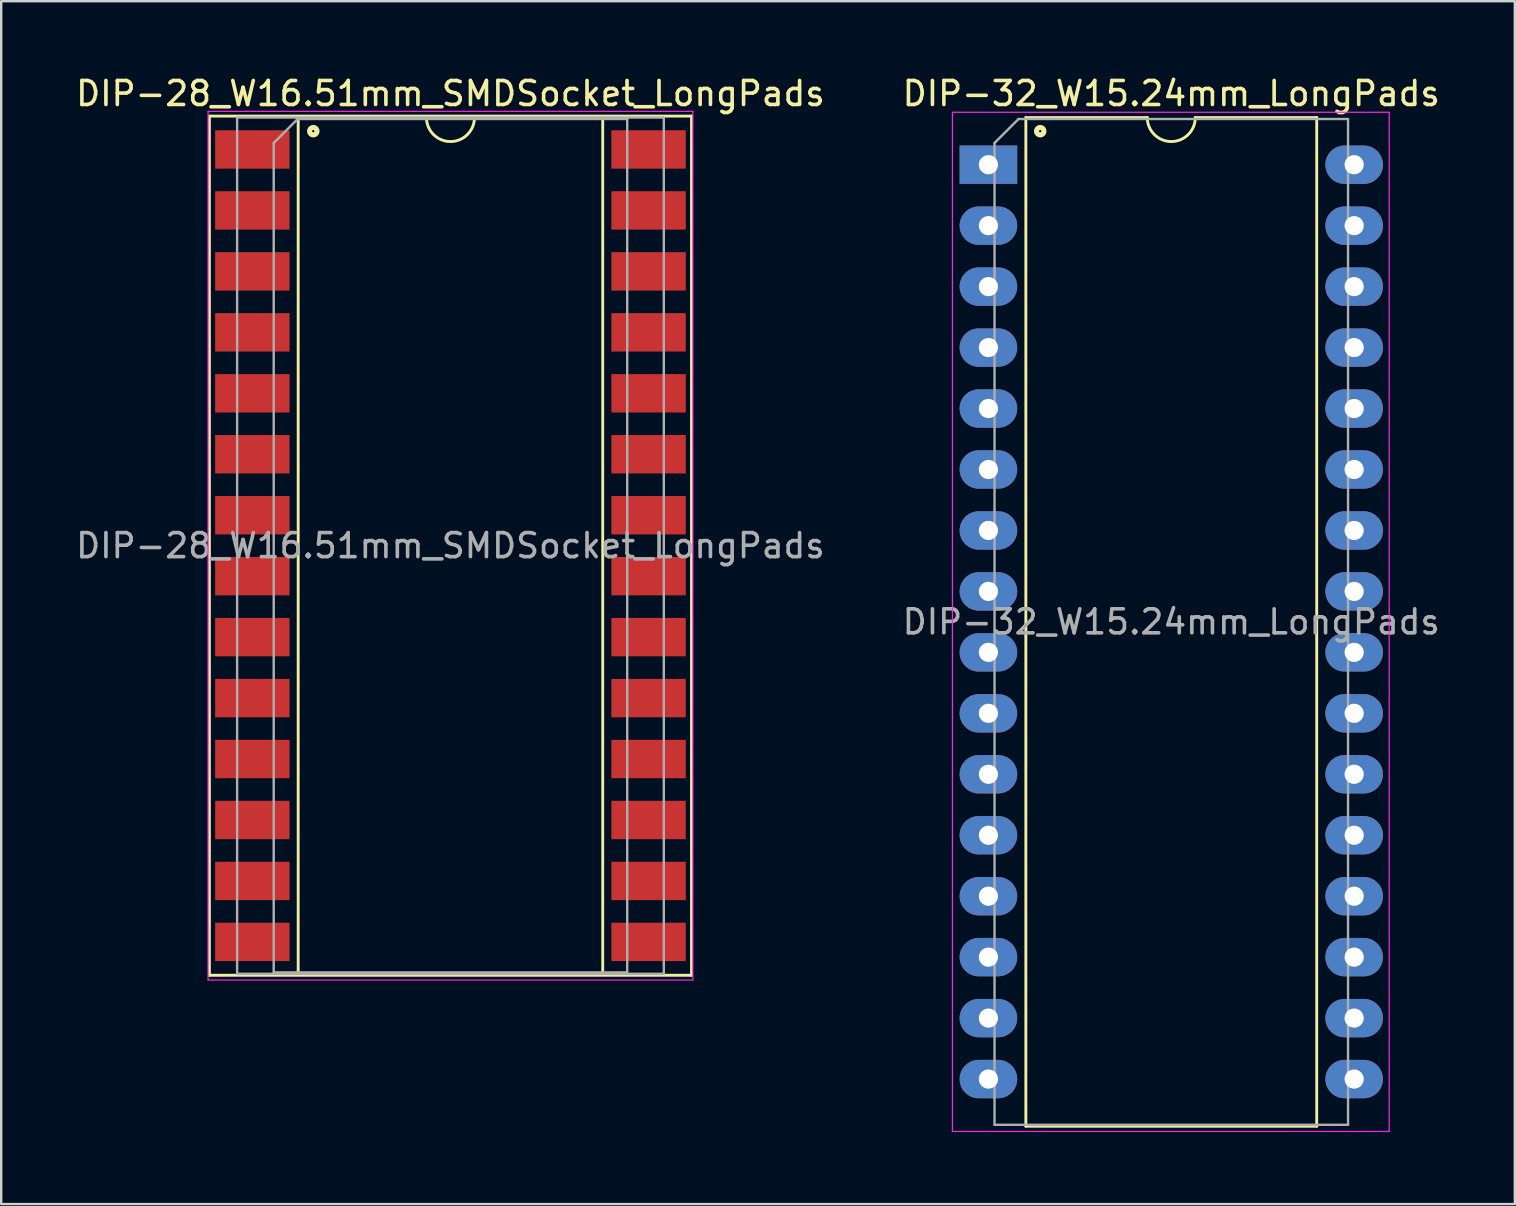
<source format=kicad_pcb>
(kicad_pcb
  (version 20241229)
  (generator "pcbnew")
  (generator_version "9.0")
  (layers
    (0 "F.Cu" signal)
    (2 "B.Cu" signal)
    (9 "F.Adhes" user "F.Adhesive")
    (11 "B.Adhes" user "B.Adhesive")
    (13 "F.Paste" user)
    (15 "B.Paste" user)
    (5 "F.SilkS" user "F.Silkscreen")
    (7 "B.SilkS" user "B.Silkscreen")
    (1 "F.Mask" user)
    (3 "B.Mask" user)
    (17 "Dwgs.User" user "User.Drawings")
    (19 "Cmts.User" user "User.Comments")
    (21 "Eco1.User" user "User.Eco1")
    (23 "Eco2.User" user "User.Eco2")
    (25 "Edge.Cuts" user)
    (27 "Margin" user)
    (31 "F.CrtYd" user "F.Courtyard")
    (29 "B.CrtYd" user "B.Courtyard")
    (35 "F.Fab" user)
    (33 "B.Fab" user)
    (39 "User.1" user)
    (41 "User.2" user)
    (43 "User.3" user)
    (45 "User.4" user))
  (footprint "DIP-32_W15.24mm_LongPads"
    (layer "F.Cu")
    (at 38.136 3.813)
    (property "Reference" "DIP-32_W15.24mm_LongPads" (at 7.62 -2.965 0) (layer "F.SilkS") (effects (font (size 1 1) (thickness 0.15))))
    (attr through_hole)
    (fp_line (start 1.56 -1.965) (end 1.56 40.065) (stroke (width 0.12) (type solid)) (layer "F.SilkS"))
    (fp_line (start 1.56 40.065) (end 13.68 40.065) (stroke (width 0.12) (type solid)) (layer "F.SilkS"))
    (fp_line (start 6.62 -1.965) (end 1.56 -1.965) (stroke (width 0.12) (type solid)) (layer "F.SilkS"))
    (fp_line (start 13.68 -1.965) (end 8.62 -1.965) (stroke (width 0.12) (type solid)) (layer "F.SilkS"))
    (fp_line (start 13.68 40.065) (end 13.68 -1.965) (stroke (width 0.12) (type solid)) (layer "F.SilkS"))
    (fp_arc (start 8.62 -1.965) (mid 7.62 -0.965) (end 6.62 -1.965) (stroke (width 0.12) (type solid)) (layer "F.SilkS"))
    (fp_circle (center 2.159 -1.397) (end 2.209 -1.397) (stroke (width 0.12) (type solid)) (fill no) (layer "F.SilkS"))
    (fp_circle (center 2.159 -1.397) (end 2.284 -1.397) (stroke (width 0.12) (type solid)) (fill no) (layer "F.SilkS"))
    (fp_circle (center 2.159 -1.397) (end 2.359 -1.397) (stroke (width 0.12) (type solid)) (fill no) (layer "F.SilkS"))
    (fp_line (start -1.5 -2.185) (end -1.5 40.285) (stroke (width 0.05) (type solid)) (layer "F.CrtYd"))
    (fp_line (start -1.5 40.285) (end 16.7 40.285) (stroke (width 0.05) (type solid)) (layer "F.CrtYd"))
    (fp_line (start 16.7 -2.185) (end -1.5 -2.185) (stroke (width 0.05) (type solid)) (layer "F.CrtYd"))
    (fp_line (start 16.7 40.285) (end 16.7 -2.185) (stroke (width 0.05) (type solid)) (layer "F.CrtYd"))
    (fp_line (start 0.255 -0.905) (end 1.255 -1.905) (stroke (width 0.1) (type solid)) (layer "F.Fab"))
    (fp_line (start 0.255 40.005) (end 0.255 -0.905) (stroke (width 0.1) (type solid)) (layer "F.Fab"))
    (fp_line (start 1.255 -1.905) (end 14.985 -1.905) (stroke (width 0.1) (type solid)) (layer "F.Fab"))
    (fp_line (start 14.985 -1.905) (end 14.985 40.005) (stroke (width 0.1) (type solid)) (layer "F.Fab"))
    (fp_line (start 14.985 40.005) (end 0.255 40.005) (stroke (width 0.1) (type solid)) (layer "F.Fab"))
    (fp_text user "${REFERENCE}" (at 7.62 19.05 0) (layer "F.Fab") (effects (font (size 1 1) (thickness 0.15))))
    (pad "1" thru_hole rect (at 0 0) (size 2.4 1.6) (drill 0.8) (layers "*.Cu" "*.Mask"))
    (pad "2" thru_hole oval (at 0 2.54) (size 2.4 1.6) (drill 0.8) (layers "*.Cu" "*.Mask"))
    (pad "3" thru_hole oval (at 0 5.08) (size 2.4 1.6) (drill 0.8) (layers "*.Cu" "*.Mask"))
    (pad "4" thru_hole oval (at 0 7.62) (size 2.4 1.6) (drill 0.8) (layers "*.Cu" "*.Mask"))
    (pad "5" thru_hole oval (at 0 10.16) (size 2.4 1.6) (drill 0.8) (layers "*.Cu" "*.Mask"))
    (pad "6" thru_hole oval (at 0 12.7) (size 2.4 1.6) (drill 0.8) (layers "*.Cu" "*.Mask"))
    (pad "7" thru_hole oval (at 0 15.24) (size 2.4 1.6) (drill 0.8) (layers "*.Cu" "*.Mask"))
    (pad "8" thru_hole oval (at 0 17.78) (size 2.4 1.6) (drill 0.8) (layers "*.Cu" "*.Mask"))
    (pad "9" thru_hole oval (at 0 20.32) (size 2.4 1.6) (drill 0.8) (layers "*.Cu" "*.Mask"))
    (pad "10" thru_hole oval (at 0 22.86) (size 2.4 1.6) (drill 0.8) (layers "*.Cu" "*.Mask"))
    (pad "11" thru_hole oval (at 0 25.4) (size 2.4 1.6) (drill 0.8) (layers "*.Cu" "*.Mask"))
    (pad "12" thru_hole oval (at 0 27.94) (size 2.4 1.6) (drill 0.8) (layers "*.Cu" "*.Mask"))
    (pad "13" thru_hole oval (at 0 30.48) (size 2.4 1.6) (drill 0.8) (layers "*.Cu" "*.Mask"))
    (pad "14" thru_hole oval (at 0 33.02) (size 2.4 1.6) (drill 0.8) (layers "*.Cu" "*.Mask"))
    (pad "15" thru_hole oval (at 0 35.56) (size 2.4 1.6) (drill 0.8) (layers "*.Cu" "*.Mask"))
    (pad "16" thru_hole oval (at 0 38.1) (size 2.4 1.6) (drill 0.8) (layers "*.Cu" "*.Mask"))
    (pad "17" thru_hole oval (at 15.24 38.1) (size 2.4 1.6) (drill 0.8) (layers "*.Cu" "*.Mask"))
    (pad "18" thru_hole oval (at 15.24 35.56) (size 2.4 1.6) (drill 0.8) (layers "*.Cu" "*.Mask"))
    (pad "19" thru_hole oval (at 15.24 33.02) (size 2.4 1.6) (drill 0.8) (layers "*.Cu" "*.Mask"))
    (pad "20" thru_hole oval (at 15.24 30.48) (size 2.4 1.6) (drill 0.8) (layers "*.Cu" "*.Mask"))
    (pad "21" thru_hole oval (at 15.24 27.94) (size 2.4 1.6) (drill 0.8) (layers "*.Cu" "*.Mask"))
    (pad "22" thru_hole oval (at 15.24 25.4) (size 2.4 1.6) (drill 0.8) (layers "*.Cu" "*.Mask"))
    (pad "23" thru_hole oval (at 15.24 22.86) (size 2.4 1.6) (drill 0.8) (layers "*.Cu" "*.Mask"))
    (pad "24" thru_hole oval (at 15.24 20.32) (size 2.4 1.6) (drill 0.8) (layers "*.Cu" "*.Mask"))
    (pad "25" thru_hole oval (at 15.24 17.78) (size 2.4 1.6) (drill 0.8) (layers "*.Cu" "*.Mask"))
    (pad "26" thru_hole oval (at 15.24 15.24) (size 2.4 1.6) (drill 0.8) (layers "*.Cu" "*.Mask"))
    (pad "27" thru_hole oval (at 15.24 12.7) (size 2.4 1.6) (drill 0.8) (layers "*.Cu" "*.Mask"))
    (pad "28" thru_hole oval (at 15.24 10.16) (size 2.4 1.6) (drill 0.8) (layers "*.Cu" "*.Mask"))
    (pad "29" thru_hole oval (at 15.24 7.62) (size 2.4 1.6) (drill 0.8) (layers "*.Cu" "*.Mask"))
    (pad "30" thru_hole oval (at 15.24 5.08) (size 2.4 1.6) (drill 0.8) (layers "*.Cu" "*.Mask"))
    (pad "31" thru_hole oval (at 15.24 2.54) (size 2.4 1.6) (drill 0.8) (layers "*.Cu" "*.Mask"))
    (pad "32" thru_hole oval (at 15.24 0) (size 2.4 1.6) (drill 0.8) (layers "*.Cu" "*.Mask")))
  (footprint "DIP-28_W16.51mm_SMDSocket_LongPads"
    (layer "F.Cu")
    (at 15.72 19.688)
    (property "Reference" "DIP-28_W16.51mm_SMDSocket_LongPads" (at 0 -18.84 0) (layer "F.SilkS") (effects (font (size 1 1) (thickness 0.15))))
    (attr smd)
    (fp_line (start -10.045 -17.9) (end -10.045 17.9) (stroke (width 0.12) (type solid)) (layer "F.SilkS"))
    (fp_line (start -10.045 17.9) (end 10.045 17.9) (stroke (width 0.12) (type solid)) (layer "F.SilkS"))
    (fp_line (start -6.345 -17.84) (end -6.345 17.84) (stroke (width 0.12) (type solid)) (layer "F.SilkS"))
    (fp_line (start -6.345 17.84) (end 6.345 17.84) (stroke (width 0.12) (type solid)) (layer "F.SilkS"))
    (fp_line (start -1 -17.84) (end -6.345 -17.84) (stroke (width 0.12) (type solid)) (layer "F.SilkS"))
    (fp_line (start 6.345 -17.84) (end 1 -17.84) (stroke (width 0.12) (type solid)) (layer "F.SilkS"))
    (fp_line (start 6.345 17.84) (end 6.345 -17.84) (stroke (width 0.12) (type solid)) (layer "F.SilkS"))
    (fp_line (start 10.045 -17.9) (end -10.045 -17.9) (stroke (width 0.12) (type solid)) (layer "F.SilkS"))
    (fp_line (start 10.045 17.9) (end 10.045 -17.9) (stroke (width 0.12) (type solid)) (layer "F.SilkS"))
    (fp_arc (start 1 -17.84) (mid 0 -16.84) (end -1 -17.84) (stroke (width 0.12) (type solid)) (layer "F.SilkS"))
    (fp_circle (center -5.715 -17.272) (end -5.665 -17.272) (stroke (width 0.12) (type solid)) (fill no) (layer "F.SilkS"))
    (fp_circle (center -5.715 -17.272) (end -5.59 -17.272) (stroke (width 0.12) (type solid)) (fill no) (layer "F.SilkS"))
    (fp_circle (center -5.715 -17.272) (end -5.515 -17.272) (stroke (width 0.12) (type solid)) (fill no) (layer "F.SilkS"))
    (fp_line (start -10.1 -18.1) (end -10.1 18.1) (stroke (width 0.05) (type solid)) (layer "F.CrtYd"))
    (fp_line (start -10.1 18.1) (end 10.1 18.1) (stroke (width 0.05) (type solid)) (layer "F.CrtYd"))
    (fp_line (start 10.1 -18.1) (end -10.1 -18.1) (stroke (width 0.05) (type solid)) (layer "F.CrtYd"))
    (fp_line (start 10.1 18.1) (end 10.1 -18.1) (stroke (width 0.05) (type solid)) (layer "F.CrtYd"))
    (fp_line (start -8.89 -17.84) (end -8.89 17.84) (stroke (width 0.1) (type solid)) (layer "F.Fab"))
    (fp_line (start -8.89 17.84) (end 8.89 17.84) (stroke (width 0.1) (type solid)) (layer "F.Fab"))
    (fp_line (start -7.365 -16.78) (end -6.365 -17.78) (stroke (width 0.1) (type solid)) (layer "F.Fab"))
    (fp_line (start -7.365 17.78) (end -7.365 -16.78) (stroke (width 0.1) (type solid)) (layer "F.Fab"))
    (fp_line (start -6.365 -17.78) (end 7.365 -17.78) (stroke (width 0.1) (type solid)) (layer "F.Fab"))
    (fp_line (start 7.365 -17.78) (end 7.365 17.78) (stroke (width 0.1) (type solid)) (layer "F.Fab"))
    (fp_line (start 7.365 17.78) (end -7.365 17.78) (stroke (width 0.1) (type solid)) (layer "F.Fab"))
    (fp_line (start 8.89 -17.84) (end -8.89 -17.84) (stroke (width 0.1) (type solid)) (layer "F.Fab"))
    (fp_line (start 8.89 17.84) (end 8.89 -17.84) (stroke (width 0.1) (type solid)) (layer "F.Fab"))
    (fp_text user "${REFERENCE}" (at 0 0 0) (layer "F.Fab") (effects (font (size 1 1) (thickness 0.15))))
    (pad "1" smd rect (at -8.255 -16.51) (size 3.1 1.6) (layers "F.Cu" "F.Mask" "F.Paste"))
    (pad "2" smd rect (at -8.255 -13.97) (size 3.1 1.6) (layers "F.Cu" "F.Mask" "F.Paste"))
    (pad "3" smd rect (at -8.255 -11.43) (size 3.1 1.6) (layers "F.Cu" "F.Mask" "F.Paste"))
    (pad "4" smd rect (at -8.255 -8.89) (size 3.1 1.6) (layers "F.Cu" "F.Mask" "F.Paste"))
    (pad "5" smd rect (at -8.255 -6.35) (size 3.1 1.6) (layers "F.Cu" "F.Mask" "F.Paste"))
    (pad "6" smd rect (at -8.255 -3.81) (size 3.1 1.6) (layers "F.Cu" "F.Mask" "F.Paste"))
    (pad "7" smd rect (at -8.255 -1.27) (size 3.1 1.6) (layers "F.Cu" "F.Mask" "F.Paste"))
    (pad "8" smd rect (at -8.255 1.27) (size 3.1 1.6) (layers "F.Cu" "F.Mask" "F.Paste"))
    (pad "9" smd rect (at -8.255 3.81) (size 3.1 1.6) (layers "F.Cu" "F.Mask" "F.Paste"))
    (pad "10" smd rect (at -8.255 6.35) (size 3.1 1.6) (layers "F.Cu" "F.Mask" "F.Paste"))
    (pad "11" smd rect (at -8.255 8.89) (size 3.1 1.6) (layers "F.Cu" "F.Mask" "F.Paste"))
    (pad "12" smd rect (at -8.255 11.43) (size 3.1 1.6) (layers "F.Cu" "F.Mask" "F.Paste"))
    (pad "13" smd rect (at -8.255 13.97) (size 3.1 1.6) (layers "F.Cu" "F.Mask" "F.Paste"))
    (pad "14" smd rect (at -8.255 16.51) (size 3.1 1.6) (layers "F.Cu" "F.Mask" "F.Paste"))
    (pad "15" smd rect (at 8.255 16.51) (size 3.1 1.6) (layers "F.Cu" "F.Mask" "F.Paste"))
    (pad "16" smd rect (at 8.255 13.97) (size 3.1 1.6) (layers "F.Cu" "F.Mask" "F.Paste"))
    (pad "17" smd rect (at 8.255 11.43) (size 3.1 1.6) (layers "F.Cu" "F.Mask" "F.Paste"))
    (pad "18" smd rect (at 8.255 8.89) (size 3.1 1.6) (layers "F.Cu" "F.Mask" "F.Paste"))
    (pad "19" smd rect (at 8.255 6.35) (size 3.1 1.6) (layers "F.Cu" "F.Mask" "F.Paste"))
    (pad "20" smd rect (at 8.255 3.81) (size 3.1 1.6) (layers "F.Cu" "F.Mask" "F.Paste"))
    (pad "21" smd rect (at 8.255 1.27) (size 3.1 1.6) (layers "F.Cu" "F.Mask" "F.Paste"))
    (pad "22" smd rect (at 8.255 -1.27) (size 3.1 1.6) (layers "F.Cu" "F.Mask" "F.Paste"))
    (pad "23" smd rect (at 8.255 -3.81) (size 3.1 1.6) (layers "F.Cu" "F.Mask" "F.Paste"))
    (pad "24" smd rect (at 8.255 -6.35) (size 3.1 1.6) (layers "F.Cu" "F.Mask" "F.Paste"))
    (pad "25" smd rect (at 8.255 -8.89) (size 3.1 1.6) (layers "F.Cu" "F.Mask" "F.Paste"))
    (pad "26" smd rect (at 8.255 -11.43) (size 3.1 1.6) (layers "F.Cu" "F.Mask" "F.Paste"))
    (pad "27" smd rect (at 8.255 -13.97) (size 3.1 1.6) (layers "F.Cu" "F.Mask" "F.Paste"))
    (pad "28" smd rect (at 8.255 -16.51) (size 3.1 1.6) (layers "F.Cu" "F.Mask" "F.Paste")))
  (gr_rect
    (start -3 -3)
    (end 60.071 47.123)
    (stroke (width 0.1) (type default))
    (fill no)
    (layer "Edge.Cuts")))
</source>
